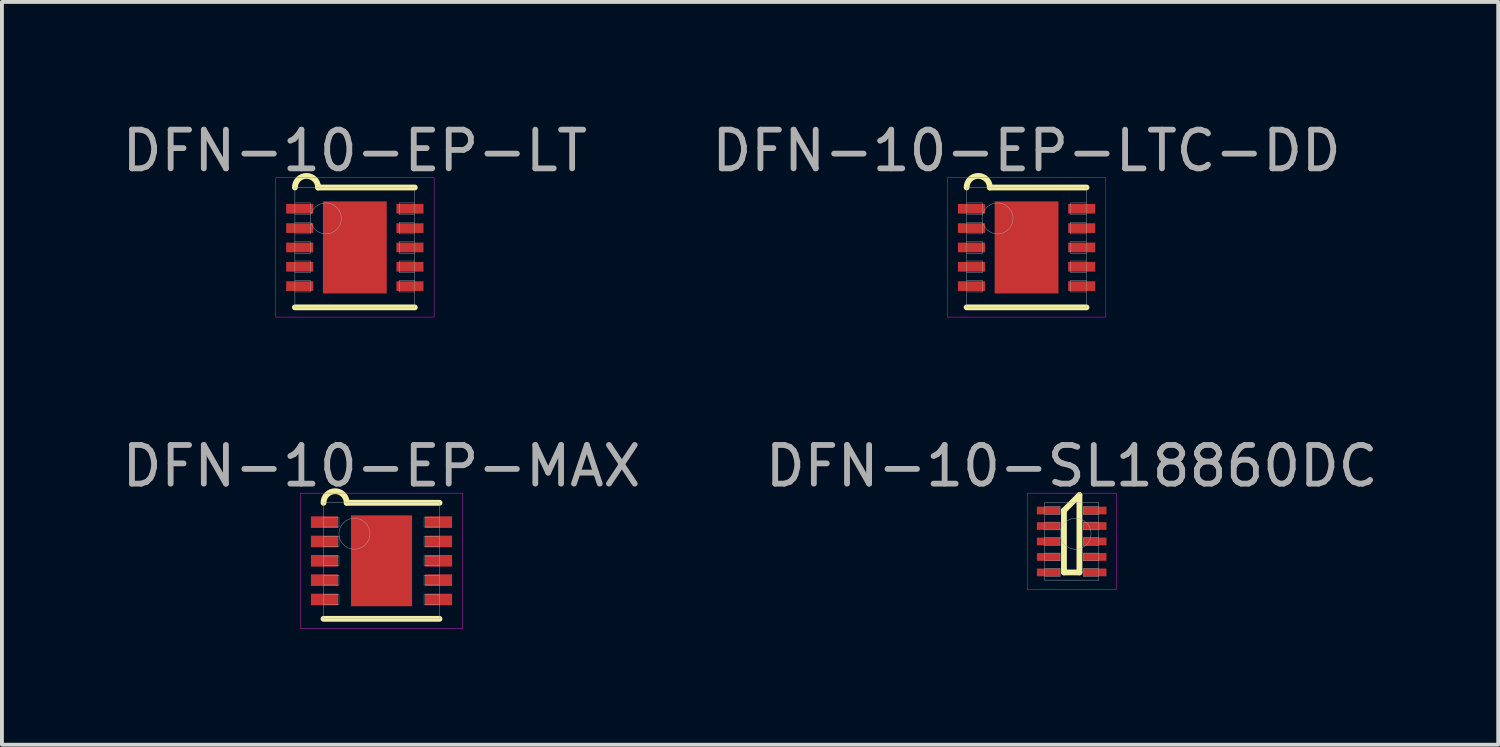
<source format=kicad_pcb>
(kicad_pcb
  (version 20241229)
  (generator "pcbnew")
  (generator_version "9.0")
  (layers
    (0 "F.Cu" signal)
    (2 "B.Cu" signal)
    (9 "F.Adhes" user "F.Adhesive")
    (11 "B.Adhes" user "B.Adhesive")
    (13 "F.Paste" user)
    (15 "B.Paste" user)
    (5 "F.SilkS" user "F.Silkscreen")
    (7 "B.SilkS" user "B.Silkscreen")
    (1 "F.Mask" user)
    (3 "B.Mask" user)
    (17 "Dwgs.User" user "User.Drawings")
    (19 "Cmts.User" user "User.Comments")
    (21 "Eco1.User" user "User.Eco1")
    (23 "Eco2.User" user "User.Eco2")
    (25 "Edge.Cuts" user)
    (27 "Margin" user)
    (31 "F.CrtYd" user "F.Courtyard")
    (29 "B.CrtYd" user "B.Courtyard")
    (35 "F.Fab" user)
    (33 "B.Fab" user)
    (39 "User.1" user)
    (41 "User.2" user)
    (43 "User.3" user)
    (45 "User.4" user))
  (footprint "DFN-10-EP-LTC-DD"
    (layer "F.Cu")
    (at 23.494 3.348)
    (property "Reference" "DFN-10-EP-LTC-DD" (at 0 -2.5 0) (layer "F.Fab") (effects (font (size 1 1) (thickness 0.15))))
    (attr through_hole)
    (fp_line (start -1.55 1.55) (end 1.55 1.55) (stroke (width 0.15) (type solid)) (layer "F.SilkS"))
    (fp_line (start -0.95 -1.55) (end 1.55 -1.55) (stroke (width 0.15) (type solid)) (layer "F.SilkS"))
    (fp_arc (start -1.55 -1.55) (mid -1.25 -1.85) (end -0.95 -1.55) (stroke (width 0.15) (type solid)) (layer "F.SilkS"))
    (fp_line (start -2.05 -1.8) (end 2.05 -1.8) (stroke (width 0.01) (type solid)) (layer "F.CrtYd"))
    (fp_line (start -2.05 1.8) (end -2.05 -1.8) (stroke (width 0.01) (type solid)) (layer "F.CrtYd"))
    (fp_line (start 2.05 -1.8) (end 2.05 1.8) (stroke (width 0.01) (type solid)) (layer "F.CrtYd"))
    (fp_line (start 2.05 1.8) (end -2.05 1.8) (stroke (width 0.01) (type solid)) (layer "F.CrtYd"))
    (fp_line (start -1.55 -1.55) (end 1.55 -1.55) (stroke (width 0.01) (type solid)) (layer "F.Fab"))
    (fp_line (start -1.55 -0.85) (end -1.14 -0.85) (stroke (width 0.01) (type solid)) (layer "F.Fab"))
    (fp_line (start -1.55 -0.35) (end -1.14 -0.35) (stroke (width 0.01) (type solid)) (layer "F.Fab"))
    (fp_line (start -1.55 0.15) (end -1.14 0.15) (stroke (width 0.01) (type solid)) (layer "F.Fab"))
    (fp_line (start -1.55 0.65) (end -1.14 0.65) (stroke (width 0.01) (type solid)) (layer "F.Fab"))
    (fp_line (start -1.55 1.15) (end -1.14 1.15) (stroke (width 0.01) (type solid)) (layer "F.Fab"))
    (fp_line (start -1.55 1.55) (end -1.55 -1.55) (stroke (width 0.01) (type solid)) (layer "F.Fab"))
    (fp_line (start -1.14 -1.15) (end -1.55 -1.15) (stroke (width 0.01) (type solid)) (layer "F.Fab"))
    (fp_line (start -1.14 -0.85) (end -1.14 -1.15) (stroke (width 0.01) (type solid)) (layer "F.Fab"))
    (fp_line (start -1.14 -0.65) (end -1.55 -0.65) (stroke (width 0.01) (type solid)) (layer "F.Fab"))
    (fp_line (start -1.14 -0.35) (end -1.14 -0.65) (stroke (width 0.01) (type solid)) (layer "F.Fab"))
    (fp_line (start -1.14 -0.15) (end -1.55 -0.15) (stroke (width 0.01) (type solid)) (layer "F.Fab"))
    (fp_line (start -1.14 0.15) (end -1.14 -0.15) (stroke (width 0.01) (type solid)) (layer "F.Fab"))
    (fp_line (start -1.14 0.35) (end -1.55 0.35) (stroke (width 0.01) (type solid)) (layer "F.Fab"))
    (fp_line (start -1.14 0.65) (end -1.14 0.35) (stroke (width 0.01) (type solid)) (layer "F.Fab"))
    (fp_line (start -1.14 0.85) (end -1.55 0.85) (stroke (width 0.01) (type solid)) (layer "F.Fab"))
    (fp_line (start -1.14 1.15) (end -1.14 0.85) (stroke (width 0.01) (type solid)) (layer "F.Fab"))
    (fp_line (start 1.14 -1.15) (end 1.14 -0.85) (stroke (width 0.01) (type solid)) (layer "F.Fab"))
    (fp_line (start 1.14 -0.85) (end 1.55 -0.85) (stroke (width 0.01) (type solid)) (layer "F.Fab"))
    (fp_line (start 1.14 -0.65) (end 1.14 -0.35) (stroke (width 0.01) (type solid)) (layer "F.Fab"))
    (fp_line (start 1.14 -0.35) (end 1.55 -0.35) (stroke (width 0.01) (type solid)) (layer "F.Fab"))
    (fp_line (start 1.14 -0.15) (end 1.14 0.15) (stroke (width 0.01) (type solid)) (layer "F.Fab"))
    (fp_line (start 1.14 0.15) (end 1.55 0.15) (stroke (width 0.01) (type solid)) (layer "F.Fab"))
    (fp_line (start 1.14 0.35) (end 1.14 0.65) (stroke (width 0.01) (type solid)) (layer "F.Fab"))
    (fp_line (start 1.14 0.65) (end 1.55 0.65) (stroke (width 0.01) (type solid)) (layer "F.Fab"))
    (fp_line (start 1.14 0.85) (end 1.14 1.15) (stroke (width 0.01) (type solid)) (layer "F.Fab"))
    (fp_line (start 1.14 1.15) (end 1.55 1.15) (stroke (width 0.01) (type solid)) (layer "F.Fab"))
    (fp_line (start 1.55 -1.55) (end 1.55 1.55) (stroke (width 0.01) (type solid)) (layer "F.Fab"))
    (fp_line (start 1.55 -1.15) (end 1.14 -1.15) (stroke (width 0.01) (type solid)) (layer "F.Fab"))
    (fp_line (start 1.55 -0.65) (end 1.14 -0.65) (stroke (width 0.01) (type solid)) (layer "F.Fab"))
    (fp_line (start 1.55 -0.15) (end 1.14 -0.15) (stroke (width 0.01) (type solid)) (layer "F.Fab"))
    (fp_line (start 1.55 0.35) (end 1.14 0.35) (stroke (width 0.01) (type solid)) (layer "F.Fab"))
    (fp_line (start 1.55 0.85) (end 1.14 0.85) (stroke (width 0.01) (type solid)) (layer "F.Fab"))
    (fp_line (start 1.55 1.55) (end -1.55 1.55) (stroke (width 0.01) (type solid)) (layer "F.Fab"))
    (fp_circle (center -0.75 -0.75) (end -0.75 -0.35) (stroke (width 0.01) (type solid)) (fill no) (layer "F.Fab"))
    (pad "1" smd rect (at -1.425 -1) (size 0.7 0.25) (layers "F.Cu" "F.Mask" "F.Paste"))
    (pad "2" smd rect (at -1.425 -0.5) (size 0.7 0.25) (layers "F.Cu" "F.Mask" "F.Paste"))
    (pad "3" smd rect (at -1.425 0) (size 0.7 0.25) (layers "F.Cu" "F.Mask" "F.Paste"))
    (pad "4" smd rect (at -1.425 0.5) (size 0.7 0.25) (layers "F.Cu" "F.Mask" "F.Paste"))
    (pad "5" smd rect (at -1.425 1) (size 0.7 0.25) (layers "F.Cu" "F.Mask" "F.Paste"))
    (pad "6" smd rect (at 1.425 1) (size 0.7 0.25) (layers "F.Cu" "F.Mask" "F.Paste"))
    (pad "7" smd rect (at 1.425 0.5) (size 0.7 0.25) (layers "F.Cu" "F.Mask" "F.Paste"))
    (pad "8" smd rect (at 1.425 0) (size 0.7 0.25) (layers "F.Cu" "F.Mask" "F.Paste"))
    (pad "9" smd rect (at 1.425 -0.5) (size 0.7 0.25) (layers "F.Cu" "F.Mask" "F.Paste"))
    (pad "10" smd rect (at 1.425 -1) (size 0.7 0.25) (layers "F.Cu" "F.Mask" "F.Paste"))
    (pad "EP" smd rect (at 0 -0.6) (size 0.8 0.8) (layers "F.Cu" "F.Mask"))
    (pad "EP" smd rect (at 0 -0.6) (size 0.8 0.8) (layers "F.Cu" "F.Paste"))
    (pad "EP" smd rect (at 0 0) (size 1.65 2.38) (layers "F.Cu"))
    (pad "EP" smd rect (at 0 0.6) (size 0.8 0.8) (layers "F.Cu" "F.Mask"))
    (pad "EP" smd rect (at 0 0.6) (size 0.8 0.8) (layers "F.Cu" "F.Paste")))
  (footprint "DFN-10-EP-LT"
    (layer "F.Cu")
    (at 6.125 3.348)
    (property "Reference" "DFN-10-EP-LT" (at 0 -2.5 0) (layer "F.Fab") (effects (font (size 1 1) (thickness 0.15))))
    (attr through_hole)
    (fp_line (start -1.55 1.55) (end 1.55 1.55) (stroke (width 0.15) (type solid)) (layer "F.SilkS"))
    (fp_line (start -0.95 -1.55) (end 1.55 -1.55) (stroke (width 0.15) (type solid)) (layer "F.SilkS"))
    (fp_arc (start -1.55 -1.55) (mid -1.25 -1.85) (end -0.95 -1.55) (stroke (width 0.15) (type solid)) (layer "F.SilkS"))
    (fp_line (start -2.05 -1.8) (end 2.05 -1.8) (stroke (width 0.01) (type solid)) (layer "F.CrtYd"))
    (fp_line (start -2.05 1.8) (end -2.05 -1.8) (stroke (width 0.01) (type solid)) (layer "F.CrtYd"))
    (fp_line (start 2.05 -1.8) (end 2.05 1.8) (stroke (width 0.01) (type solid)) (layer "F.CrtYd"))
    (fp_line (start 2.05 1.8) (end -2.05 1.8) (stroke (width 0.01) (type solid)) (layer "F.CrtYd"))
    (fp_line (start -1.55 -1.55) (end 1.55 -1.55) (stroke (width 0.01) (type solid)) (layer "F.Fab"))
    (fp_line (start -1.55 -0.85) (end -1.15 -0.85) (stroke (width 0.01) (type solid)) (layer "F.Fab"))
    (fp_line (start -1.55 -0.35) (end -1.15 -0.35) (stroke (width 0.01) (type solid)) (layer "F.Fab"))
    (fp_line (start -1.55 0.15) (end -1.15 0.15) (stroke (width 0.01) (type solid)) (layer "F.Fab"))
    (fp_line (start -1.55 0.65) (end -1.15 0.65) (stroke (width 0.01) (type solid)) (layer "F.Fab"))
    (fp_line (start -1.55 1.15) (end -1.15 1.15) (stroke (width 0.01) (type solid)) (layer "F.Fab"))
    (fp_line (start -1.55 1.55) (end -1.55 -1.55) (stroke (width 0.01) (type solid)) (layer "F.Fab"))
    (fp_line (start -1.15 -1.15) (end -1.55 -1.15) (stroke (width 0.01) (type solid)) (layer "F.Fab"))
    (fp_line (start -1.15 -0.85) (end -1.15 -1.15) (stroke (width 0.01) (type solid)) (layer "F.Fab"))
    (fp_line (start -1.15 -0.65) (end -1.55 -0.65) (stroke (width 0.01) (type solid)) (layer "F.Fab"))
    (fp_line (start -1.15 -0.35) (end -1.15 -0.65) (stroke (width 0.01) (type solid)) (layer "F.Fab"))
    (fp_line (start -1.15 -0.15) (end -1.55 -0.15) (stroke (width 0.01) (type solid)) (layer "F.Fab"))
    (fp_line (start -1.15 0.15) (end -1.15 -0.15) (stroke (width 0.01) (type solid)) (layer "F.Fab"))
    (fp_line (start -1.15 0.35) (end -1.55 0.35) (stroke (width 0.01) (type solid)) (layer "F.Fab"))
    (fp_line (start -1.15 0.65) (end -1.15 0.35) (stroke (width 0.01) (type solid)) (layer "F.Fab"))
    (fp_line (start -1.15 0.85) (end -1.55 0.85) (stroke (width 0.01) (type solid)) (layer "F.Fab"))
    (fp_line (start -1.15 1.15) (end -1.15 0.85) (stroke (width 0.01) (type solid)) (layer "F.Fab"))
    (fp_line (start 1.15 -1.15) (end 1.15 -0.85) (stroke (width 0.01) (type solid)) (layer "F.Fab"))
    (fp_line (start 1.15 -0.85) (end 1.55 -0.85) (stroke (width 0.01) (type solid)) (layer "F.Fab"))
    (fp_line (start 1.15 -0.65) (end 1.15 -0.35) (stroke (width 0.01) (type solid)) (layer "F.Fab"))
    (fp_line (start 1.15 -0.35) (end 1.55 -0.35) (stroke (width 0.01) (type solid)) (layer "F.Fab"))
    (fp_line (start 1.15 -0.15) (end 1.15 0.15) (stroke (width 0.01) (type solid)) (layer "F.Fab"))
    (fp_line (start 1.15 0.15) (end 1.55 0.15) (stroke (width 0.01) (type solid)) (layer "F.Fab"))
    (fp_line (start 1.15 0.35) (end 1.15 0.65) (stroke (width 0.01) (type solid)) (layer "F.Fab"))
    (fp_line (start 1.15 0.65) (end 1.55 0.65) (stroke (width 0.01) (type solid)) (layer "F.Fab"))
    (fp_line (start 1.15 0.85) (end 1.15 1.15) (stroke (width 0.01) (type solid)) (layer "F.Fab"))
    (fp_line (start 1.15 1.15) (end 1.55 1.15) (stroke (width 0.01) (type solid)) (layer "F.Fab"))
    (fp_line (start 1.55 -1.55) (end 1.55 1.55) (stroke (width 0.01) (type solid)) (layer "F.Fab"))
    (fp_line (start 1.55 -1.15) (end 1.15 -1.15) (stroke (width 0.01) (type solid)) (layer "F.Fab"))
    (fp_line (start 1.55 -0.65) (end 1.15 -0.65) (stroke (width 0.01) (type solid)) (layer "F.Fab"))
    (fp_line (start 1.55 -0.15) (end 1.15 -0.15) (stroke (width 0.01) (type solid)) (layer "F.Fab"))
    (fp_line (start 1.55 0.35) (end 1.15 0.35) (stroke (width 0.01) (type solid)) (layer "F.Fab"))
    (fp_line (start 1.55 0.85) (end 1.15 0.85) (stroke (width 0.01) (type solid)) (layer "F.Fab"))
    (fp_line (start 1.55 1.55) (end -1.55 1.55) (stroke (width 0.01) (type solid)) (layer "F.Fab"))
    (fp_circle (center -0.75 -0.75) (end -0.75 -0.35) (stroke (width 0.01) (type solid)) (fill no) (layer "F.Fab"))
    (pad "" smd rect (at 0 -0.6) (size 1.2 0.8) (layers "F.Paste"))
    (pad "" smd rect (at 0 0.6) (size 1.2 0.8) (layers "F.Paste"))
    (pad "1" smd rect (at -1.425 -1) (size 0.7 0.25) (layers "F.Cu" "F.Mask" "F.Paste"))
    (pad "2" smd rect (at -1.425 -0.5) (size 0.7 0.25) (layers "F.Cu" "F.Mask" "F.Paste"))
    (pad "3" smd rect (at -1.425 0) (size 0.7 0.25) (layers "F.Cu" "F.Mask" "F.Paste"))
    (pad "4" smd rect (at -1.425 0.5) (size 0.7 0.25) (layers "F.Cu" "F.Mask" "F.Paste"))
    (pad "5" smd rect (at -1.425 1) (size 0.7 0.25) (layers "F.Cu" "F.Mask" "F.Paste"))
    (pad "6" smd rect (at 1.425 1) (size 0.7 0.25) (layers "F.Cu" "F.Mask" "F.Paste"))
    (pad "7" smd rect (at 1.425 0.5) (size 0.7 0.25) (layers "F.Cu" "F.Mask" "F.Paste"))
    (pad "8" smd rect (at 1.425 0) (size 0.7 0.25) (layers "F.Cu" "F.Mask" "F.Paste"))
    (pad "9" smd rect (at 1.425 -0.5) (size 0.7 0.25) (layers "F.Cu" "F.Mask" "F.Paste"))
    (pad "10" smd rect (at 1.425 -1) (size 0.7 0.25) (layers "F.Cu" "F.Mask" "F.Paste"))
    (pad "EP" smd rect (at 0 0) (size 1.65 2.38) (layers "F.Cu" "F.Mask")))
  (footprint "DFN-10-EP-MAX"
    (layer "F.Cu")
    (at 6.815 11.451)
    (property "Reference" "DFN-10-EP-MAX" (at 0 -2.45 0) (layer "F.Fab") (effects (font (size 1 1) (thickness 0.15))))
    (attr through_hole)
    (fp_line (start -1.5 1.5) (end 1.5 1.5) (stroke (width 0.15) (type solid)) (layer "F.SilkS"))
    (fp_line (start -0.9 -1.5) (end 1.5 -1.5) (stroke (width 0.15) (type solid)) (layer "F.SilkS"))
    (fp_arc (start -1.5 -1.5) (mid -1.2 -1.8) (end -0.9 -1.5) (stroke (width 0.15) (type solid)) (layer "F.SilkS"))
    (fp_line (start -2.1 -1.75) (end 2.1 -1.75) (stroke (width 0.01) (type solid)) (layer "F.CrtYd"))
    (fp_line (start -2.1 1.75) (end -2.1 -1.75) (stroke (width 0.01) (type solid)) (layer "F.CrtYd"))
    (fp_line (start 2.1 -1.75) (end 2.1 1.75) (stroke (width 0.01) (type solid)) (layer "F.CrtYd"))
    (fp_line (start 2.1 1.75) (end -2.1 1.75) (stroke (width 0.01) (type solid)) (layer "F.CrtYd"))
    (fp_line (start -1.5 -1.5) (end 1.5 -1.5) (stroke (width 0.01) (type solid)) (layer "F.Fab"))
    (fp_line (start -1.5 -0.875) (end -1.1 -0.875) (stroke (width 0.01) (type solid)) (layer "F.Fab"))
    (fp_line (start -1.5 -0.375) (end -1.1 -0.375) (stroke (width 0.01) (type solid)) (layer "F.Fab"))
    (fp_line (start -1.5 0.125) (end -1.1 0.125) (stroke (width 0.01) (type solid)) (layer "F.Fab"))
    (fp_line (start -1.5 0.625) (end -1.1 0.625) (stroke (width 0.01) (type solid)) (layer "F.Fab"))
    (fp_line (start -1.5 1.125) (end -1.1 1.125) (stroke (width 0.01) (type solid)) (layer "F.Fab"))
    (fp_line (start -1.5 1.5) (end -1.5 -1.5) (stroke (width 0.01) (type solid)) (layer "F.Fab"))
    (fp_line (start -1.1 -1.125) (end -1.5 -1.125) (stroke (width 0.01) (type solid)) (layer "F.Fab"))
    (fp_line (start -1.1 -0.875) (end -1.1 -1.125) (stroke (width 0.01) (type solid)) (layer "F.Fab"))
    (fp_line (start -1.1 -0.625) (end -1.5 -0.625) (stroke (width 0.01) (type solid)) (layer "F.Fab"))
    (fp_line (start -1.1 -0.375) (end -1.1 -0.625) (stroke (width 0.01) (type solid)) (layer "F.Fab"))
    (fp_line (start -1.1 -0.125) (end -1.5 -0.125) (stroke (width 0.01) (type solid)) (layer "F.Fab"))
    (fp_line (start -1.1 0.125) (end -1.1 -0.125) (stroke (width 0.01) (type solid)) (layer "F.Fab"))
    (fp_line (start -1.1 0.375) (end -1.5 0.375) (stroke (width 0.01) (type solid)) (layer "F.Fab"))
    (fp_line (start -1.1 0.625) (end -1.1 0.375) (stroke (width 0.01) (type solid)) (layer "F.Fab"))
    (fp_line (start -1.1 0.875) (end -1.5 0.875) (stroke (width 0.01) (type solid)) (layer "F.Fab"))
    (fp_line (start -1.1 1.125) (end -1.1 0.875) (stroke (width 0.01) (type solid)) (layer "F.Fab"))
    (fp_line (start 1.1 -1.125) (end 1.1 -0.875) (stroke (width 0.01) (type solid)) (layer "F.Fab"))
    (fp_line (start 1.1 -0.875) (end 1.5 -0.875) (stroke (width 0.01) (type solid)) (layer "F.Fab"))
    (fp_line (start 1.1 -0.625) (end 1.1 -0.375) (stroke (width 0.01) (type solid)) (layer "F.Fab"))
    (fp_line (start 1.1 -0.375) (end 1.5 -0.375) (stroke (width 0.01) (type solid)) (layer "F.Fab"))
    (fp_line (start 1.1 -0.125) (end 1.1 0.125) (stroke (width 0.01) (type solid)) (layer "F.Fab"))
    (fp_line (start 1.1 0.125) (end 1.5 0.125) (stroke (width 0.01) (type solid)) (layer "F.Fab"))
    (fp_line (start 1.1 0.375) (end 1.1 0.625) (stroke (width 0.01) (type solid)) (layer "F.Fab"))
    (fp_line (start 1.1 0.625) (end 1.5 0.625) (stroke (width 0.01) (type solid)) (layer "F.Fab"))
    (fp_line (start 1.1 0.875) (end 1.1 1.125) (stroke (width 0.01) (type solid)) (layer "F.Fab"))
    (fp_line (start 1.1 1.125) (end 1.5 1.125) (stroke (width 0.01) (type solid)) (layer "F.Fab"))
    (fp_line (start 1.5 -1.5) (end 1.5 1.5) (stroke (width 0.01) (type solid)) (layer "F.Fab"))
    (fp_line (start 1.5 -1.125) (end 1.1 -1.125) (stroke (width 0.01) (type solid)) (layer "F.Fab"))
    (fp_line (start 1.5 -0.625) (end 1.1 -0.625) (stroke (width 0.01) (type solid)) (layer "F.Fab"))
    (fp_line (start 1.5 -0.125) (end 1.1 -0.125) (stroke (width 0.01) (type solid)) (layer "F.Fab"))
    (fp_line (start 1.5 0.375) (end 1.1 0.375) (stroke (width 0.01) (type solid)) (layer "F.Fab"))
    (fp_line (start 1.5 0.875) (end 1.1 0.875) (stroke (width 0.01) (type solid)) (layer "F.Fab"))
    (fp_line (start 1.5 1.5) (end -1.5 1.5) (stroke (width 0.01) (type solid)) (layer "F.Fab"))
    (fp_circle (center -0.7 -0.7) (end -0.7 -0.3) (stroke (width 0.01) (type solid)) (fill no) (layer "F.Fab"))
    (pad "" smd rect (at 0 -0.6) (size 1.2 0.8) (layers "F.Paste"))
    (pad "" smd rect (at 0 0.6) (size 1.2 0.8) (layers "F.Paste"))
    (pad "1" smd rect (at -1.475 -1) (size 0.7 0.3) (layers "F.Cu" "F.Mask" "F.Paste"))
    (pad "2" smd rect (at -1.475 -0.5) (size 0.7 0.3) (layers "F.Cu" "F.Mask" "F.Paste"))
    (pad "3" smd rect (at -1.475 0) (size 0.7 0.3) (layers "F.Cu" "F.Mask" "F.Paste"))
    (pad "4" smd rect (at -1.475 0.5) (size 0.7 0.3) (layers "F.Cu" "F.Mask" "F.Paste"))
    (pad "5" smd rect (at -1.475 1) (size 0.7 0.3) (layers "F.Cu" "F.Mask" "F.Paste"))
    (pad "6" smd rect (at 1.475 1) (size 0.7 0.3) (layers "F.Cu" "F.Mask" "F.Paste"))
    (pad "7" smd rect (at 1.475 0.5) (size 0.7 0.3) (layers "F.Cu" "F.Mask" "F.Paste"))
    (pad "8" smd rect (at 1.475 0) (size 0.7 0.3) (layers "F.Cu" "F.Mask" "F.Paste"))
    (pad "9" smd rect (at 1.475 -0.5) (size 0.7 0.3) (layers "F.Cu" "F.Mask" "F.Paste"))
    (pad "10" smd rect (at 1.475 -1) (size 0.7 0.3) (layers "F.Cu" "F.Mask" "F.Paste"))
    (pad "EP" smd rect (at 0 0) (size 1.58 2.35) (layers "F.Cu" "F.Mask")))
  (footprint "DFN-10-SL18860DC"
    (layer "F.Cu")
    (at 24.661 10.951)
    (property "Reference" "DFN-10-SL18860DC" (at 0 -1.95 0) (layer "F.Fab") (effects (font (size 1 1) (thickness 0.15))))
    (attr through_hole)
    (fp_line (start -0.2 -0.8) (end -0.2 -0.8) (stroke (width 0.15) (type solid)) (layer "F.SilkS"))
    (fp_line (start -0.2 -0.8) (end -0.2 0.8) (stroke (width 0.15) (type solid)) (layer "F.SilkS"))
    (fp_line (start -0.2 0.8) (end 0.2 0.8) (stroke (width 0.15) (type solid)) (layer "F.SilkS"))
    (fp_line (start 0.2 -1.2) (end -0.2 -0.8) (stroke (width 0.15) (type solid)) (layer "F.SilkS"))
    (fp_line (start 0.2 0.8) (end 0.2 -1.2) (stroke (width 0.15) (type solid)) (layer "F.SilkS"))
    (fp_line (start -1.15 -1.25) (end 1.15 -1.25) (stroke (width 0.01) (type solid)) (layer "F.CrtYd"))
    (fp_line (start -1.15 1.25) (end -1.15 -1.25) (stroke (width 0.01) (type solid)) (layer "F.CrtYd"))
    (fp_line (start 1.15 -1.25) (end 1.15 1.25) (stroke (width 0.01) (type solid)) (layer "F.CrtYd"))
    (fp_line (start 1.15 1.25) (end -1.15 1.25) (stroke (width 0.01) (type solid)) (layer "F.CrtYd"))
    (fp_line (start -0.7 -1) (end 0.7 -1) (stroke (width 0.01) (type solid)) (layer "F.Fab"))
    (fp_line (start -0.7 -0.7) (end -0.3 -0.7) (stroke (width 0.01) (type solid)) (layer "F.Fab"))
    (fp_line (start -0.7 -0.3) (end -0.3 -0.3) (stroke (width 0.01) (type solid)) (layer "F.Fab"))
    (fp_line (start -0.7 0.1) (end -0.3 0.1) (stroke (width 0.01) (type solid)) (layer "F.Fab"))
    (fp_line (start -0.7 0.5) (end -0.3 0.5) (stroke (width 0.01) (type solid)) (layer "F.Fab"))
    (fp_line (start -0.7 0.9) (end -0.3 0.9) (stroke (width 0.01) (type solid)) (layer "F.Fab"))
    (fp_line (start -0.7 1) (end -0.7 -1) (stroke (width 0.01) (type solid)) (layer "F.Fab"))
    (fp_line (start -0.3 -0.9) (end -0.7 -0.9) (stroke (width 0.01) (type solid)) (layer "F.Fab"))
    (fp_line (start -0.3 -0.7) (end -0.3 -0.9) (stroke (width 0.01) (type solid)) (layer "F.Fab"))
    (fp_line (start -0.3 -0.5) (end -0.7 -0.5) (stroke (width 0.01) (type solid)) (layer "F.Fab"))
    (fp_line (start -0.3 -0.3) (end -0.3 -0.5) (stroke (width 0.01) (type solid)) (layer "F.Fab"))
    (fp_line (start -0.3 -0.1) (end -0.7 -0.1) (stroke (width 0.01) (type solid)) (layer "F.Fab"))
    (fp_line (start -0.3 0.1) (end -0.3 -0.1) (stroke (width 0.01) (type solid)) (layer "F.Fab"))
    (fp_line (start -0.3 0.3) (end -0.7 0.3) (stroke (width 0.01) (type solid)) (layer "F.Fab"))
    (fp_line (start -0.3 0.5) (end -0.3 0.3) (stroke (width 0.01) (type solid)) (layer "F.Fab"))
    (fp_line (start -0.3 0.7) (end -0.7 0.7) (stroke (width 0.01) (type solid)) (layer "F.Fab"))
    (fp_line (start -0.3 0.9) (end -0.3 0.7) (stroke (width 0.01) (type solid)) (layer "F.Fab"))
    (fp_line (start 0.3 -0.9) (end 0.3 -0.7) (stroke (width 0.01) (type solid)) (layer "F.Fab"))
    (fp_line (start 0.3 -0.7) (end 0.7 -0.7) (stroke (width 0.01) (type solid)) (layer "F.Fab"))
    (fp_line (start 0.3 -0.5) (end 0.3 -0.3) (stroke (width 0.01) (type solid)) (layer "F.Fab"))
    (fp_line (start 0.3 -0.3) (end 0.7 -0.3) (stroke (width 0.01) (type solid)) (layer "F.Fab"))
    (fp_line (start 0.3 -0.1) (end 0.3 0.1) (stroke (width 0.01) (type solid)) (layer "F.Fab"))
    (fp_line (start 0.3 0.1) (end 0.7 0.1) (stroke (width 0.01) (type solid)) (layer "F.Fab"))
    (fp_line (start 0.3 0.3) (end 0.3 0.5) (stroke (width 0.01) (type solid)) (layer "F.Fab"))
    (fp_line (start 0.3 0.5) (end 0.7 0.5) (stroke (width 0.01) (type solid)) (layer "F.Fab"))
    (fp_line (start 0.3 0.7) (end 0.3 0.9) (stroke (width 0.01) (type solid)) (layer "F.Fab"))
    (fp_line (start 0.3 0.9) (end 0.7 0.9) (stroke (width 0.01) (type solid)) (layer "F.Fab"))
    (fp_line (start 0.7 -1) (end 0.7 1) (stroke (width 0.01) (type solid)) (layer "F.Fab"))
    (fp_line (start 0.7 -0.9) (end 0.3 -0.9) (stroke (width 0.01) (type solid)) (layer "F.Fab"))
    (fp_line (start 0.7 -0.5) (end 0.3 -0.5) (stroke (width 0.01) (type solid)) (layer "F.Fab"))
    (fp_line (start 0.7 -0.1) (end 0.3 -0.1) (stroke (width 0.01) (type solid)) (layer "F.Fab"))
    (fp_line (start 0.7 0.3) (end 0.3 0.3) (stroke (width 0.01) (type solid)) (layer "F.Fab"))
    (fp_line (start 0.7 0.7) (end 0.3 0.7) (stroke (width 0.01) (type solid)) (layer "F.Fab"))
    (fp_line (start 0.7 1) (end -0.7 1) (stroke (width 0.01) (type solid)) (layer "F.Fab"))
    (fp_circle (center 0.1 -0.2) (end 0.1 0.2) (stroke (width 0.01) (type solid)) (fill no) (layer "F.Fab"))
    (pad "1" smd rect (at -0.6 -0.8) (size 0.6 0.2) (layers "F.Cu" "F.Mask" "F.Paste"))
    (pad "2" smd rect (at -0.6 -0.4) (size 0.6 0.2) (layers "F.Cu" "F.Mask" "F.Paste"))
    (pad "3" smd rect (at -0.6 0) (size 0.6 0.2) (layers "F.Cu" "F.Mask" "F.Paste"))
    (pad "4" smd rect (at -0.6 0.4) (size 0.6 0.2) (layers "F.Cu" "F.Mask" "F.Paste"))
    (pad "5" smd rect (at -0.6 0.8) (size 0.6 0.2) (layers "F.Cu" "F.Mask" "F.Paste"))
    (pad "6" smd rect (at 0.6 0.8) (size 0.6 0.2) (layers "F.Cu" "F.Mask" "F.Paste"))
    (pad "7" smd rect (at 0.6 0.4) (size 0.6 0.2) (layers "F.Cu" "F.Mask" "F.Paste"))
    (pad "8" smd rect (at 0.6 0) (size 0.6 0.2) (layers "F.Cu" "F.Mask" "F.Paste"))
    (pad "9" smd rect (at 0.6 -0.4) (size 0.6 0.2) (layers "F.Cu" "F.Mask" "F.Paste"))
    (pad "10" smd rect (at 0.6 -0.8) (size 0.6 0.2) (layers "F.Cu" "F.Mask" "F.Paste")))
  (gr_rect
    (start -3 -3)
    (end 35.69 16.206)
    (stroke (width 0.1) (type default))
    (fill no)
    (layer "Edge.Cuts")))
</source>
